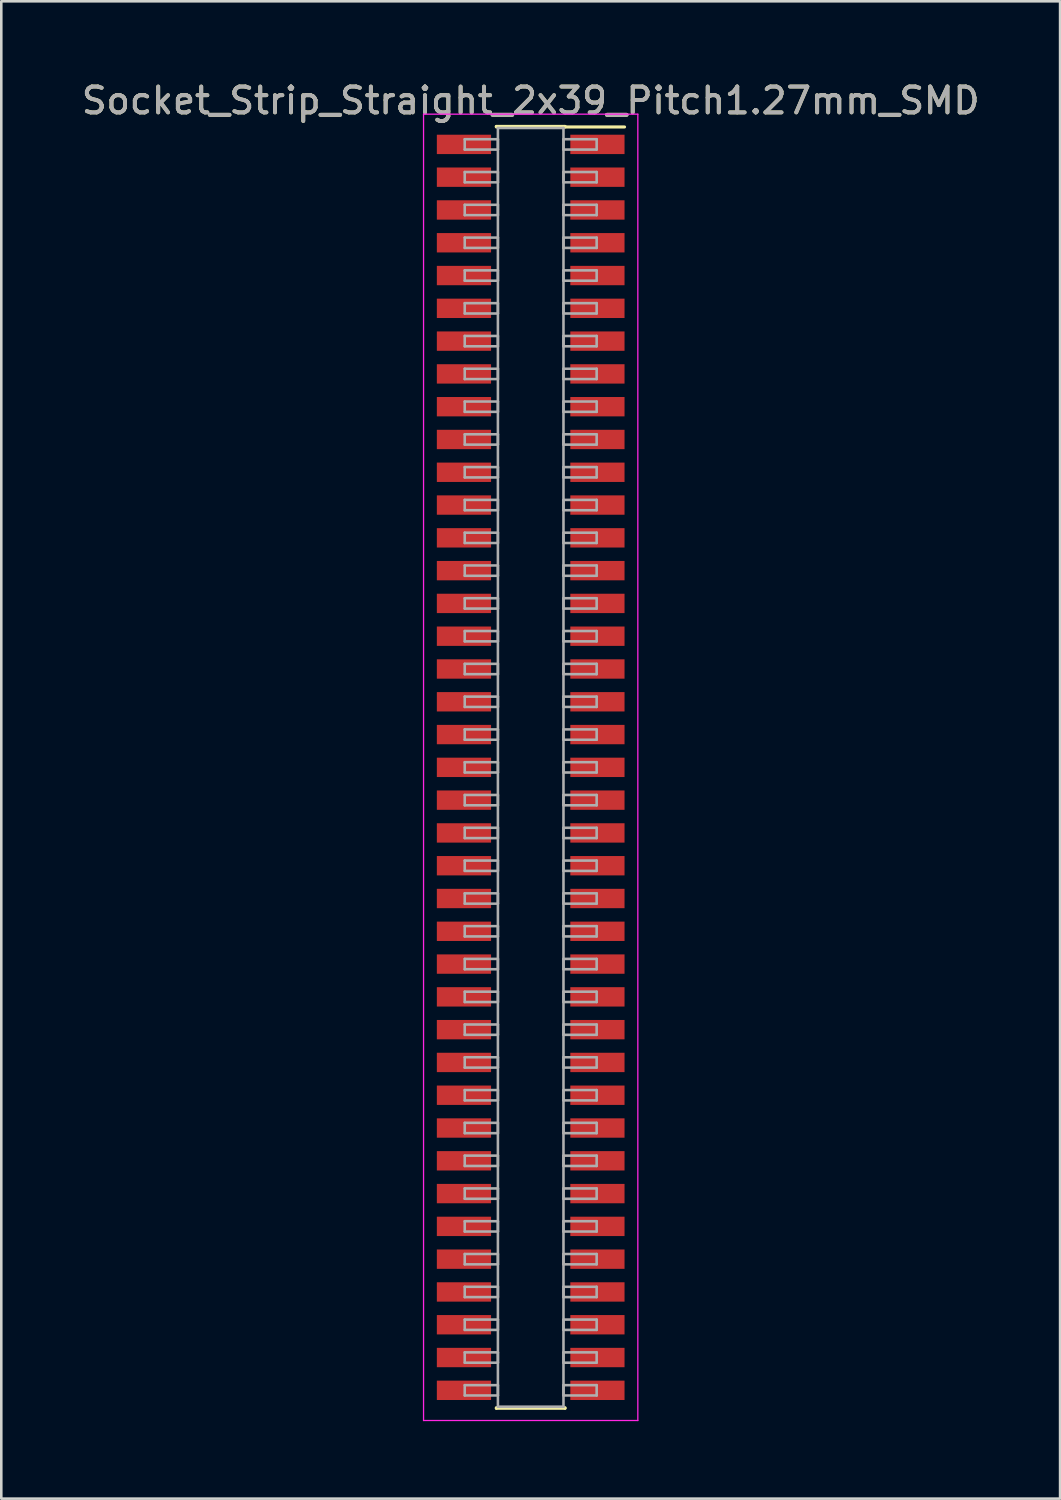
<source format=kicad_pcb>
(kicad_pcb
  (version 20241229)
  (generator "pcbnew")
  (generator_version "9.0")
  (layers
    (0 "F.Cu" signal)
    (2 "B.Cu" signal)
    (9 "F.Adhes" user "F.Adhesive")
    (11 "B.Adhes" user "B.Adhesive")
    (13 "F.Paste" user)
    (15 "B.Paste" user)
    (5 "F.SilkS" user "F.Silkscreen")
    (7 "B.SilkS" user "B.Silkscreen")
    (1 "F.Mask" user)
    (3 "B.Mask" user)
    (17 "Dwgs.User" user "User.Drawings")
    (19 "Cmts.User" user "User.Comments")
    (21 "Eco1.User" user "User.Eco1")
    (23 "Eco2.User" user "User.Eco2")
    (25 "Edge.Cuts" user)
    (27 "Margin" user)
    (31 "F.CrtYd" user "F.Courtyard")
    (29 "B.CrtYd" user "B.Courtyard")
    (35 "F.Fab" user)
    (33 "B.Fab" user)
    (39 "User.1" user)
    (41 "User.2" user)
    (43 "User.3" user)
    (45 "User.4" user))
  (footprint "Socket_Strip_Straight_2x39_Pitch1.27mm_SMD"
    (layer "F.Cu")
    (at 17.506 26.673)
    (property "Reference" "Socket_Strip_Straight_2x39_Pitch1.27mm_SMD" (at 0 -25.825 0) (layer "F.SilkS") (effects (font (size 1 1) (thickness 0.15))))
    (attr smd)
    (fp_line (start -1.33 -24.825) (end 1.33 -24.825) (stroke (width 0.12) (type solid)) (layer "F.SilkS"))
    (fp_line (start -1.33 -24.805) (end -1.33 -24.825) (stroke (width 0.12) (type solid)) (layer "F.SilkS"))
    (fp_line (start -1.33 24.805) (end -1.33 24.825) (stroke (width 0.12) (type solid)) (layer "F.SilkS"))
    (fp_line (start -1.33 24.825) (end 1.33 24.825) (stroke (width 0.12) (type solid)) (layer "F.SilkS"))
    (fp_line (start 1.33 -24.825) (end 1.33 -24.805) (stroke (width 0.12) (type solid)) (layer "F.SilkS"))
    (fp_line (start 1.33 24.825) (end 1.33 24.805) (stroke (width 0.12) (type solid)) (layer "F.SilkS"))
    (fp_line (start 3.635 -24.805) (end 1.33 -24.805) (stroke (width 0.12) (type solid)) (layer "F.SilkS"))
    (fp_line (start -4.15 -25.3) (end -4.15 25.3) (stroke (width 0.05) (type solid)) (layer "F.CrtYd"))
    (fp_line (start -4.15 25.3) (end 4.15 25.3) (stroke (width 0.05) (type solid)) (layer "F.CrtYd"))
    (fp_line (start 4.15 -25.3) (end -4.15 -25.3) (stroke (width 0.05) (type solid)) (layer "F.CrtYd"))
    (fp_line (start 4.15 25.3) (end 4.15 -25.3) (stroke (width 0.05) (type solid)) (layer "F.CrtYd"))
    (fp_line (start -2.555 -24.33) (end -1.27 -24.33) (stroke (width 0.1) (type solid)) (layer "F.Fab"))
    (fp_line (start -2.555 -23.93) (end -2.555 -24.33) (stroke (width 0.1) (type solid)) (layer "F.Fab"))
    (fp_line (start -2.555 -23.06) (end -1.27 -23.06) (stroke (width 0.1) (type solid)) (layer "F.Fab"))
    (fp_line (start -2.555 -22.66) (end -2.555 -23.06) (stroke (width 0.1) (type solid)) (layer "F.Fab"))
    (fp_line (start -2.555 -21.79) (end -1.27 -21.79) (stroke (width 0.1) (type solid)) (layer "F.Fab"))
    (fp_line (start -2.555 -21.39) (end -2.555 -21.79) (stroke (width 0.1) (type solid)) (layer "F.Fab"))
    (fp_line (start -2.555 -20.52) (end -1.27 -20.52) (stroke (width 0.1) (type solid)) (layer "F.Fab"))
    (fp_line (start -2.555 -20.12) (end -2.555 -20.52) (stroke (width 0.1) (type solid)) (layer "F.Fab"))
    (fp_line (start -2.555 -19.25) (end -1.27 -19.25) (stroke (width 0.1) (type solid)) (layer "F.Fab"))
    (fp_line (start -2.555 -18.85) (end -2.555 -19.25) (stroke (width 0.1) (type solid)) (layer "F.Fab"))
    (fp_line (start -2.555 -17.98) (end -1.27 -17.98) (stroke (width 0.1) (type solid)) (layer "F.Fab"))
    (fp_line (start -2.555 -17.58) (end -2.555 -17.98) (stroke (width 0.1) (type solid)) (layer "F.Fab"))
    (fp_line (start -2.555 -16.71) (end -1.27 -16.71) (stroke (width 0.1) (type solid)) (layer "F.Fab"))
    (fp_line (start -2.555 -16.31) (end -2.555 -16.71) (stroke (width 0.1) (type solid)) (layer "F.Fab"))
    (fp_line (start -2.555 -15.44) (end -1.27 -15.44) (stroke (width 0.1) (type solid)) (layer "F.Fab"))
    (fp_line (start -2.555 -15.04) (end -2.555 -15.44) (stroke (width 0.1) (type solid)) (layer "F.Fab"))
    (fp_line (start -2.555 -14.17) (end -1.27 -14.17) (stroke (width 0.1) (type solid)) (layer "F.Fab"))
    (fp_line (start -2.555 -13.77) (end -2.555 -14.17) (stroke (width 0.1) (type solid)) (layer "F.Fab"))
    (fp_line (start -2.555 -12.9) (end -1.27 -12.9) (stroke (width 0.1) (type solid)) (layer "F.Fab"))
    (fp_line (start -2.555 -12.5) (end -2.555 -12.9) (stroke (width 0.1) (type solid)) (layer "F.Fab"))
    (fp_line (start -2.555 -11.63) (end -1.27 -11.63) (stroke (width 0.1) (type solid)) (layer "F.Fab"))
    (fp_line (start -2.555 -11.23) (end -2.555 -11.63) (stroke (width 0.1) (type solid)) (layer "F.Fab"))
    (fp_line (start -2.555 -10.36) (end -1.27 -10.36) (stroke (width 0.1) (type solid)) (layer "F.Fab"))
    (fp_line (start -2.555 -9.96) (end -2.555 -10.36) (stroke (width 0.1) (type solid)) (layer "F.Fab"))
    (fp_line (start -2.555 -9.09) (end -1.27 -9.09) (stroke (width 0.1) (type solid)) (layer "F.Fab"))
    (fp_line (start -2.555 -8.69) (end -2.555 -9.09) (stroke (width 0.1) (type solid)) (layer "F.Fab"))
    (fp_line (start -2.555 -7.82) (end -1.27 -7.82) (stroke (width 0.1) (type solid)) (layer "F.Fab"))
    (fp_line (start -2.555 -7.42) (end -2.555 -7.82) (stroke (width 0.1) (type solid)) (layer "F.Fab"))
    (fp_line (start -2.555 -6.55) (end -1.27 -6.55) (stroke (width 0.1) (type solid)) (layer "F.Fab"))
    (fp_line (start -2.555 -6.15) (end -2.555 -6.55) (stroke (width 0.1) (type solid)) (layer "F.Fab"))
    (fp_line (start -2.555 -5.28) (end -1.27 -5.28) (stroke (width 0.1) (type solid)) (layer "F.Fab"))
    (fp_line (start -2.555 -4.88) (end -2.555 -5.28) (stroke (width 0.1) (type solid)) (layer "F.Fab"))
    (fp_line (start -2.555 -4.01) (end -1.27 -4.01) (stroke (width 0.1) (type solid)) (layer "F.Fab"))
    (fp_line (start -2.555 -3.61) (end -2.555 -4.01) (stroke (width 0.1) (type solid)) (layer "F.Fab"))
    (fp_line (start -2.555 -2.74) (end -1.27 -2.74) (stroke (width 0.1) (type solid)) (layer "F.Fab"))
    (fp_line (start -2.555 -2.34) (end -2.555 -2.74) (stroke (width 0.1) (type solid)) (layer "F.Fab"))
    (fp_line (start -2.555 -1.47) (end -1.27 -1.47) (stroke (width 0.1) (type solid)) (layer "F.Fab"))
    (fp_line (start -2.555 -1.07) (end -2.555 -1.47) (stroke (width 0.1) (type solid)) (layer "F.Fab"))
    (fp_line (start -2.555 -0.2) (end -1.27 -0.2) (stroke (width 0.1) (type solid)) (layer "F.Fab"))
    (fp_line (start -2.555 0.2) (end -2.555 -0.2) (stroke (width 0.1) (type solid)) (layer "F.Fab"))
    (fp_line (start -2.555 1.07) (end -1.27 1.07) (stroke (width 0.1) (type solid)) (layer "F.Fab"))
    (fp_line (start -2.555 1.47) (end -2.555 1.07) (stroke (width 0.1) (type solid)) (layer "F.Fab"))
    (fp_line (start -2.555 2.34) (end -1.27 2.34) (stroke (width 0.1) (type solid)) (layer "F.Fab"))
    (fp_line (start -2.555 2.74) (end -2.555 2.34) (stroke (width 0.1) (type solid)) (layer "F.Fab"))
    (fp_line (start -2.555 3.61) (end -1.27 3.61) (stroke (width 0.1) (type solid)) (layer "F.Fab"))
    (fp_line (start -2.555 4.01) (end -2.555 3.61) (stroke (width 0.1) (type solid)) (layer "F.Fab"))
    (fp_line (start -2.555 4.88) (end -1.27 4.88) (stroke (width 0.1) (type solid)) (layer "F.Fab"))
    (fp_line (start -2.555 5.28) (end -2.555 4.88) (stroke (width 0.1) (type solid)) (layer "F.Fab"))
    (fp_line (start -2.555 6.15) (end -1.27 6.15) (stroke (width 0.1) (type solid)) (layer "F.Fab"))
    (fp_line (start -2.555 6.55) (end -2.555 6.15) (stroke (width 0.1) (type solid)) (layer "F.Fab"))
    (fp_line (start -2.555 7.42) (end -1.27 7.42) (stroke (width 0.1) (type solid)) (layer "F.Fab"))
    (fp_line (start -2.555 7.82) (end -2.555 7.42) (stroke (width 0.1) (type solid)) (layer "F.Fab"))
    (fp_line (start -2.555 8.69) (end -1.27 8.69) (stroke (width 0.1) (type solid)) (layer "F.Fab"))
    (fp_line (start -2.555 9.09) (end -2.555 8.69) (stroke (width 0.1) (type solid)) (layer "F.Fab"))
    (fp_line (start -2.555 9.96) (end -1.27 9.96) (stroke (width 0.1) (type solid)) (layer "F.Fab"))
    (fp_line (start -2.555 10.36) (end -2.555 9.96) (stroke (width 0.1) (type solid)) (layer "F.Fab"))
    (fp_line (start -2.555 11.23) (end -1.27 11.23) (stroke (width 0.1) (type solid)) (layer "F.Fab"))
    (fp_line (start -2.555 11.63) (end -2.555 11.23) (stroke (width 0.1) (type solid)) (layer "F.Fab"))
    (fp_line (start -2.555 12.5) (end -1.27 12.5) (stroke (width 0.1) (type solid)) (layer "F.Fab"))
    (fp_line (start -2.555 12.9) (end -2.555 12.5) (stroke (width 0.1) (type solid)) (layer "F.Fab"))
    (fp_line (start -2.555 13.77) (end -1.27 13.77) (stroke (width 0.1) (type solid)) (layer "F.Fab"))
    (fp_line (start -2.555 14.17) (end -2.555 13.77) (stroke (width 0.1) (type solid)) (layer "F.Fab"))
    (fp_line (start -2.555 15.04) (end -1.27 15.04) (stroke (width 0.1) (type solid)) (layer "F.Fab"))
    (fp_line (start -2.555 15.44) (end -2.555 15.04) (stroke (width 0.1) (type solid)) (layer "F.Fab"))
    (fp_line (start -2.555 16.31) (end -1.27 16.31) (stroke (width 0.1) (type solid)) (layer "F.Fab"))
    (fp_line (start -2.555 16.71) (end -2.555 16.31) (stroke (width 0.1) (type solid)) (layer "F.Fab"))
    (fp_line (start -2.555 17.58) (end -1.27 17.58) (stroke (width 0.1) (type solid)) (layer "F.Fab"))
    (fp_line (start -2.555 17.98) (end -2.555 17.58) (stroke (width 0.1) (type solid)) (layer "F.Fab"))
    (fp_line (start -2.555 18.85) (end -1.27 18.85) (stroke (width 0.1) (type solid)) (layer "F.Fab"))
    (fp_line (start -2.555 19.25) (end -2.555 18.85) (stroke (width 0.1) (type solid)) (layer "F.Fab"))
    (fp_line (start -2.555 20.12) (end -1.27 20.12) (stroke (width 0.1) (type solid)) (layer "F.Fab"))
    (fp_line (start -2.555 20.52) (end -2.555 20.12) (stroke (width 0.1) (type solid)) (layer "F.Fab"))
    (fp_line (start -2.555 21.39) (end -1.27 21.39) (stroke (width 0.1) (type solid)) (layer "F.Fab"))
    (fp_line (start -2.555 21.79) (end -2.555 21.39) (stroke (width 0.1) (type solid)) (layer "F.Fab"))
    (fp_line (start -2.555 22.66) (end -1.27 22.66) (stroke (width 0.1) (type solid)) (layer "F.Fab"))
    (fp_line (start -2.555 23.06) (end -2.555 22.66) (stroke (width 0.1) (type solid)) (layer "F.Fab"))
    (fp_line (start -2.555 23.93) (end -1.27 23.93) (stroke (width 0.1) (type solid)) (layer "F.Fab"))
    (fp_line (start -2.555 24.33) (end -2.555 23.93) (stroke (width 0.1) (type solid)) (layer "F.Fab"))
    (fp_line (start -1.27 -24.765) (end -1.27 24.765) (stroke (width 0.1) (type solid)) (layer "F.Fab"))
    (fp_line (start -1.27 -24.33) (end -1.27 -23.93) (stroke (width 0.1) (type solid)) (layer "F.Fab"))
    (fp_line (start -1.27 -23.93) (end -2.555 -23.93) (stroke (width 0.1) (type solid)) (layer "F.Fab"))
    (fp_line (start -1.27 -23.06) (end -1.27 -22.66) (stroke (width 0.1) (type solid)) (layer "F.Fab"))
    (fp_line (start -1.27 -22.66) (end -2.555 -22.66) (stroke (width 0.1) (type solid)) (layer "F.Fab"))
    (fp_line (start -1.27 -21.79) (end -1.27 -21.39) (stroke (width 0.1) (type solid)) (layer "F.Fab"))
    (fp_line (start -1.27 -21.39) (end -2.555 -21.39) (stroke (width 0.1) (type solid)) (layer "F.Fab"))
    (fp_line (start -1.27 -20.52) (end -1.27 -20.12) (stroke (width 0.1) (type solid)) (layer "F.Fab"))
    (fp_line (start -1.27 -20.12) (end -2.555 -20.12) (stroke (width 0.1) (type solid)) (layer "F.Fab"))
    (fp_line (start -1.27 -19.25) (end -1.27 -18.85) (stroke (width 0.1) (type solid)) (layer "F.Fab"))
    (fp_line (start -1.27 -18.85) (end -2.555 -18.85) (stroke (width 0.1) (type solid)) (layer "F.Fab"))
    (fp_line (start -1.27 -17.98) (end -1.27 -17.58) (stroke (width 0.1) (type solid)) (layer "F.Fab"))
    (fp_line (start -1.27 -17.58) (end -2.555 -17.58) (stroke (width 0.1) (type solid)) (layer "F.Fab"))
    (fp_line (start -1.27 -16.71) (end -1.27 -16.31) (stroke (width 0.1) (type solid)) (layer "F.Fab"))
    (fp_line (start -1.27 -16.31) (end -2.555 -16.31) (stroke (width 0.1) (type solid)) (layer "F.Fab"))
    (fp_line (start -1.27 -15.44) (end -1.27 -15.04) (stroke (width 0.1) (type solid)) (layer "F.Fab"))
    (fp_line (start -1.27 -15.04) (end -2.555 -15.04) (stroke (width 0.1) (type solid)) (layer "F.Fab"))
    (fp_line (start -1.27 -14.17) (end -1.27 -13.77) (stroke (width 0.1) (type solid)) (layer "F.Fab"))
    (fp_line (start -1.27 -13.77) (end -2.555 -13.77) (stroke (width 0.1) (type solid)) (layer "F.Fab"))
    (fp_line (start -1.27 -12.9) (end -1.27 -12.5) (stroke (width 0.1) (type solid)) (layer "F.Fab"))
    (fp_line (start -1.27 -12.5) (end -2.555 -12.5) (stroke (width 0.1) (type solid)) (layer "F.Fab"))
    (fp_line (start -1.27 -11.63) (end -1.27 -11.23) (stroke (width 0.1) (type solid)) (layer "F.Fab"))
    (fp_line (start -1.27 -11.23) (end -2.555 -11.23) (stroke (width 0.1) (type solid)) (layer "F.Fab"))
    (fp_line (start -1.27 -10.36) (end -1.27 -9.96) (stroke (width 0.1) (type solid)) (layer "F.Fab"))
    (fp_line (start -1.27 -9.96) (end -2.555 -9.96) (stroke (width 0.1) (type solid)) (layer "F.Fab"))
    (fp_line (start -1.27 -9.09) (end -1.27 -8.69) (stroke (width 0.1) (type solid)) (layer "F.Fab"))
    (fp_line (start -1.27 -8.69) (end -2.555 -8.69) (stroke (width 0.1) (type solid)) (layer "F.Fab"))
    (fp_line (start -1.27 -7.82) (end -1.27 -7.42) (stroke (width 0.1) (type solid)) (layer "F.Fab"))
    (fp_line (start -1.27 -7.42) (end -2.555 -7.42) (stroke (width 0.1) (type solid)) (layer "F.Fab"))
    (fp_line (start -1.27 -6.55) (end -1.27 -6.15) (stroke (width 0.1) (type solid)) (layer "F.Fab"))
    (fp_line (start -1.27 -6.15) (end -2.555 -6.15) (stroke (width 0.1) (type solid)) (layer "F.Fab"))
    (fp_line (start -1.27 -5.28) (end -1.27 -4.88) (stroke (width 0.1) (type solid)) (layer "F.Fab"))
    (fp_line (start -1.27 -4.88) (end -2.555 -4.88) (stroke (width 0.1) (type solid)) (layer "F.Fab"))
    (fp_line (start -1.27 -4.01) (end -1.27 -3.61) (stroke (width 0.1) (type solid)) (layer "F.Fab"))
    (fp_line (start -1.27 -3.61) (end -2.555 -3.61) (stroke (width 0.1) (type solid)) (layer "F.Fab"))
    (fp_line (start -1.27 -2.74) (end -1.27 -2.34) (stroke (width 0.1) (type solid)) (layer "F.Fab"))
    (fp_line (start -1.27 -2.34) (end -2.555 -2.34) (stroke (width 0.1) (type solid)) (layer "F.Fab"))
    (fp_line (start -1.27 -1.47) (end -1.27 -1.07) (stroke (width 0.1) (type solid)) (layer "F.Fab"))
    (fp_line (start -1.27 -1.07) (end -2.555 -1.07) (stroke (width 0.1) (type solid)) (layer "F.Fab"))
    (fp_line (start -1.27 -0.2) (end -1.27 0.2) (stroke (width 0.1) (type solid)) (layer "F.Fab"))
    (fp_line (start -1.27 0.2) (end -2.555 0.2) (stroke (width 0.1) (type solid)) (layer "F.Fab"))
    (fp_line (start -1.27 1.07) (end -1.27 1.47) (stroke (width 0.1) (type solid)) (layer "F.Fab"))
    (fp_line (start -1.27 1.47) (end -2.555 1.47) (stroke (width 0.1) (type solid)) (layer "F.Fab"))
    (fp_line (start -1.27 2.34) (end -1.27 2.74) (stroke (width 0.1) (type solid)) (layer "F.Fab"))
    (fp_line (start -1.27 2.74) (end -2.555 2.74) (stroke (width 0.1) (type solid)) (layer "F.Fab"))
    (fp_line (start -1.27 3.61) (end -1.27 4.01) (stroke (width 0.1) (type solid)) (layer "F.Fab"))
    (fp_line (start -1.27 4.01) (end -2.555 4.01) (stroke (width 0.1) (type solid)) (layer "F.Fab"))
    (fp_line (start -1.27 4.88) (end -1.27 5.28) (stroke (width 0.1) (type solid)) (layer "F.Fab"))
    (fp_line (start -1.27 5.28) (end -2.555 5.28) (stroke (width 0.1) (type solid)) (layer "F.Fab"))
    (fp_line (start -1.27 6.15) (end -1.27 6.55) (stroke (width 0.1) (type solid)) (layer "F.Fab"))
    (fp_line (start -1.27 6.55) (end -2.555 6.55) (stroke (width 0.1) (type solid)) (layer "F.Fab"))
    (fp_line (start -1.27 7.42) (end -1.27 7.82) (stroke (width 0.1) (type solid)) (layer "F.Fab"))
    (fp_line (start -1.27 7.82) (end -2.555 7.82) (stroke (width 0.1) (type solid)) (layer "F.Fab"))
    (fp_line (start -1.27 8.69) (end -1.27 9.09) (stroke (width 0.1) (type solid)) (layer "F.Fab"))
    (fp_line (start -1.27 9.09) (end -2.555 9.09) (stroke (width 0.1) (type solid)) (layer "F.Fab"))
    (fp_line (start -1.27 9.96) (end -1.27 10.36) (stroke (width 0.1) (type solid)) (layer "F.Fab"))
    (fp_line (start -1.27 10.36) (end -2.555 10.36) (stroke (width 0.1) (type solid)) (layer "F.Fab"))
    (fp_line (start -1.27 11.23) (end -1.27 11.63) (stroke (width 0.1) (type solid)) (layer "F.Fab"))
    (fp_line (start -1.27 11.63) (end -2.555 11.63) (stroke (width 0.1) (type solid)) (layer "F.Fab"))
    (fp_line (start -1.27 12.5) (end -1.27 12.9) (stroke (width 0.1) (type solid)) (layer "F.Fab"))
    (fp_line (start -1.27 12.9) (end -2.555 12.9) (stroke (width 0.1) (type solid)) (layer "F.Fab"))
    (fp_line (start -1.27 13.77) (end -1.27 14.17) (stroke (width 0.1) (type solid)) (layer "F.Fab"))
    (fp_line (start -1.27 14.17) (end -2.555 14.17) (stroke (width 0.1) (type solid)) (layer "F.Fab"))
    (fp_line (start -1.27 15.04) (end -1.27 15.44) (stroke (width 0.1) (type solid)) (layer "F.Fab"))
    (fp_line (start -1.27 15.44) (end -2.555 15.44) (stroke (width 0.1) (type solid)) (layer "F.Fab"))
    (fp_line (start -1.27 16.31) (end -1.27 16.71) (stroke (width 0.1) (type solid)) (layer "F.Fab"))
    (fp_line (start -1.27 16.71) (end -2.555 16.71) (stroke (width 0.1) (type solid)) (layer "F.Fab"))
    (fp_line (start -1.27 17.58) (end -1.27 17.98) (stroke (width 0.1) (type solid)) (layer "F.Fab"))
    (fp_line (start -1.27 17.98) (end -2.555 17.98) (stroke (width 0.1) (type solid)) (layer "F.Fab"))
    (fp_line (start -1.27 18.85) (end -1.27 19.25) (stroke (width 0.1) (type solid)) (layer "F.Fab"))
    (fp_line (start -1.27 19.25) (end -2.555 19.25) (stroke (width 0.1) (type solid)) (layer "F.Fab"))
    (fp_line (start -1.27 20.12) (end -1.27 20.52) (stroke (width 0.1) (type solid)) (layer "F.Fab"))
    (fp_line (start -1.27 20.52) (end -2.555 20.52) (stroke (width 0.1) (type solid)) (layer "F.Fab"))
    (fp_line (start -1.27 21.39) (end -1.27 21.79) (stroke (width 0.1) (type solid)) (layer "F.Fab"))
    (fp_line (start -1.27 21.79) (end -2.555 21.79) (stroke (width 0.1) (type solid)) (layer "F.Fab"))
    (fp_line (start -1.27 22.66) (end -1.27 23.06) (stroke (width 0.1) (type solid)) (layer "F.Fab"))
    (fp_line (start -1.27 23.06) (end -2.555 23.06) (stroke (width 0.1) (type solid)) (layer "F.Fab"))
    (fp_line (start -1.27 23.93) (end -1.27 24.33) (stroke (width 0.1) (type solid)) (layer "F.Fab"))
    (fp_line (start -1.27 24.33) (end -2.555 24.33) (stroke (width 0.1) (type solid)) (layer "F.Fab"))
    (fp_line (start -1.27 24.765) (end 1.27 24.765) (stroke (width 0.1) (type solid)) (layer "F.Fab"))
    (fp_line (start 1.27 -24.765) (end -1.27 -24.765) (stroke (width 0.1) (type solid)) (layer "F.Fab"))
    (fp_line (start 1.27 -24.33) (end 1.27 -23.93) (stroke (width 0.1) (type solid)) (layer "F.Fab"))
    (fp_line (start 1.27 -23.93) (end 2.555 -23.93) (stroke (width 0.1) (type solid)) (layer "F.Fab"))
    (fp_line (start 1.27 -23.06) (end 1.27 -22.66) (stroke (width 0.1) (type solid)) (layer "F.Fab"))
    (fp_line (start 1.27 -22.66) (end 2.555 -22.66) (stroke (width 0.1) (type solid)) (layer "F.Fab"))
    (fp_line (start 1.27 -21.79) (end 1.27 -21.39) (stroke (width 0.1) (type solid)) (layer "F.Fab"))
    (fp_line (start 1.27 -21.39) (end 2.555 -21.39) (stroke (width 0.1) (type solid)) (layer "F.Fab"))
    (fp_line (start 1.27 -20.52) (end 1.27 -20.12) (stroke (width 0.1) (type solid)) (layer "F.Fab"))
    (fp_line (start 1.27 -20.12) (end 2.555 -20.12) (stroke (width 0.1) (type solid)) (layer "F.Fab"))
    (fp_line (start 1.27 -19.25) (end 1.27 -18.85) (stroke (width 0.1) (type solid)) (layer "F.Fab"))
    (fp_line (start 1.27 -18.85) (end 2.555 -18.85) (stroke (width 0.1) (type solid)) (layer "F.Fab"))
    (fp_line (start 1.27 -17.98) (end 1.27 -17.58) (stroke (width 0.1) (type solid)) (layer "F.Fab"))
    (fp_line (start 1.27 -17.58) (end 2.555 -17.58) (stroke (width 0.1) (type solid)) (layer "F.Fab"))
    (fp_line (start 1.27 -16.71) (end 1.27 -16.31) (stroke (width 0.1) (type solid)) (layer "F.Fab"))
    (fp_line (start 1.27 -16.31) (end 2.555 -16.31) (stroke (width 0.1) (type solid)) (layer "F.Fab"))
    (fp_line (start 1.27 -15.44) (end 1.27 -15.04) (stroke (width 0.1) (type solid)) (layer "F.Fab"))
    (fp_line (start 1.27 -15.04) (end 2.555 -15.04) (stroke (width 0.1) (type solid)) (layer "F.Fab"))
    (fp_line (start 1.27 -14.17) (end 1.27 -13.77) (stroke (width 0.1) (type solid)) (layer "F.Fab"))
    (fp_line (start 1.27 -13.77) (end 2.555 -13.77) (stroke (width 0.1) (type solid)) (layer "F.Fab"))
    (fp_line (start 1.27 -12.9) (end 1.27 -12.5) (stroke (width 0.1) (type solid)) (layer "F.Fab"))
    (fp_line (start 1.27 -12.5) (end 2.555 -12.5) (stroke (width 0.1) (type solid)) (layer "F.Fab"))
    (fp_line (start 1.27 -11.63) (end 1.27 -11.23) (stroke (width 0.1) (type solid)) (layer "F.Fab"))
    (fp_line (start 1.27 -11.23) (end 2.555 -11.23) (stroke (width 0.1) (type solid)) (layer "F.Fab"))
    (fp_line (start 1.27 -10.36) (end 1.27 -9.96) (stroke (width 0.1) (type solid)) (layer "F.Fab"))
    (fp_line (start 1.27 -9.96) (end 2.555 -9.96) (stroke (width 0.1) (type solid)) (layer "F.Fab"))
    (fp_line (start 1.27 -9.09) (end 1.27 -8.69) (stroke (width 0.1) (type solid)) (layer "F.Fab"))
    (fp_line (start 1.27 -8.69) (end 2.555 -8.69) (stroke (width 0.1) (type solid)) (layer "F.Fab"))
    (fp_line (start 1.27 -7.82) (end 1.27 -7.42) (stroke (width 0.1) (type solid)) (layer "F.Fab"))
    (fp_line (start 1.27 -7.42) (end 2.555 -7.42) (stroke (width 0.1) (type solid)) (layer "F.Fab"))
    (fp_line (start 1.27 -6.55) (end 1.27 -6.15) (stroke (width 0.1) (type solid)) (layer "F.Fab"))
    (fp_line (start 1.27 -6.15) (end 2.555 -6.15) (stroke (width 0.1) (type solid)) (layer "F.Fab"))
    (fp_line (start 1.27 -5.28) (end 1.27 -4.88) (stroke (width 0.1) (type solid)) (layer "F.Fab"))
    (fp_line (start 1.27 -4.88) (end 2.555 -4.88) (stroke (width 0.1) (type solid)) (layer "F.Fab"))
    (fp_line (start 1.27 -4.01) (end 1.27 -3.61) (stroke (width 0.1) (type solid)) (layer "F.Fab"))
    (fp_line (start 1.27 -3.61) (end 2.555 -3.61) (stroke (width 0.1) (type solid)) (layer "F.Fab"))
    (fp_line (start 1.27 -2.74) (end 1.27 -2.34) (stroke (width 0.1) (type solid)) (layer "F.Fab"))
    (fp_line (start 1.27 -2.34) (end 2.555 -2.34) (stroke (width 0.1) (type solid)) (layer "F.Fab"))
    (fp_line (start 1.27 -1.47) (end 1.27 -1.07) (stroke (width 0.1) (type solid)) (layer "F.Fab"))
    (fp_line (start 1.27 -1.07) (end 2.555 -1.07) (stroke (width 0.1) (type solid)) (layer "F.Fab"))
    (fp_line (start 1.27 -0.2) (end 1.27 0.2) (stroke (width 0.1) (type solid)) (layer "F.Fab"))
    (fp_line (start 1.27 0.2) (end 2.555 0.2) (stroke (width 0.1) (type solid)) (layer "F.Fab"))
    (fp_line (start 1.27 1.07) (end 1.27 1.47) (stroke (width 0.1) (type solid)) (layer "F.Fab"))
    (fp_line (start 1.27 1.47) (end 2.555 1.47) (stroke (width 0.1) (type solid)) (layer "F.Fab"))
    (fp_line (start 1.27 2.34) (end 1.27 2.74) (stroke (width 0.1) (type solid)) (layer "F.Fab"))
    (fp_line (start 1.27 2.74) (end 2.555 2.74) (stroke (width 0.1) (type solid)) (layer "F.Fab"))
    (fp_line (start 1.27 3.61) (end 1.27 4.01) (stroke (width 0.1) (type solid)) (layer "F.Fab"))
    (fp_line (start 1.27 4.01) (end 2.555 4.01) (stroke (width 0.1) (type solid)) (layer "F.Fab"))
    (fp_line (start 1.27 4.88) (end 1.27 5.28) (stroke (width 0.1) (type solid)) (layer "F.Fab"))
    (fp_line (start 1.27 5.28) (end 2.555 5.28) (stroke (width 0.1) (type solid)) (layer "F.Fab"))
    (fp_line (start 1.27 6.15) (end 1.27 6.55) (stroke (width 0.1) (type solid)) (layer "F.Fab"))
    (fp_line (start 1.27 6.55) (end 2.555 6.55) (stroke (width 0.1) (type solid)) (layer "F.Fab"))
    (fp_line (start 1.27 7.42) (end 1.27 7.82) (stroke (width 0.1) (type solid)) (layer "F.Fab"))
    (fp_line (start 1.27 7.82) (end 2.555 7.82) (stroke (width 0.1) (type solid)) (layer "F.Fab"))
    (fp_line (start 1.27 8.69) (end 1.27 9.09) (stroke (width 0.1) (type solid)) (layer "F.Fab"))
    (fp_line (start 1.27 9.09) (end 2.555 9.09) (stroke (width 0.1) (type solid)) (layer "F.Fab"))
    (fp_line (start 1.27 9.96) (end 1.27 10.36) (stroke (width 0.1) (type solid)) (layer "F.Fab"))
    (fp_line (start 1.27 10.36) (end 2.555 10.36) (stroke (width 0.1) (type solid)) (layer "F.Fab"))
    (fp_line (start 1.27 11.23) (end 1.27 11.63) (stroke (width 0.1) (type solid)) (layer "F.Fab"))
    (fp_line (start 1.27 11.63) (end 2.555 11.63) (stroke (width 0.1) (type solid)) (layer "F.Fab"))
    (fp_line (start 1.27 12.5) (end 1.27 12.9) (stroke (width 0.1) (type solid)) (layer "F.Fab"))
    (fp_line (start 1.27 12.9) (end 2.555 12.9) (stroke (width 0.1) (type solid)) (layer "F.Fab"))
    (fp_line (start 1.27 13.77) (end 1.27 14.17) (stroke (width 0.1) (type solid)) (layer "F.Fab"))
    (fp_line (start 1.27 14.17) (end 2.555 14.17) (stroke (width 0.1) (type solid)) (layer "F.Fab"))
    (fp_line (start 1.27 15.04) (end 1.27 15.44) (stroke (width 0.1) (type solid)) (layer "F.Fab"))
    (fp_line (start 1.27 15.44) (end 2.555 15.44) (stroke (width 0.1) (type solid)) (layer "F.Fab"))
    (fp_line (start 1.27 16.31) (end 1.27 16.71) (stroke (width 0.1) (type solid)) (layer "F.Fab"))
    (fp_line (start 1.27 16.71) (end 2.555 16.71) (stroke (width 0.1) (type solid)) (layer "F.Fab"))
    (fp_line (start 1.27 17.58) (end 1.27 17.98) (stroke (width 0.1) (type solid)) (layer "F.Fab"))
    (fp_line (start 1.27 17.98) (end 2.555 17.98) (stroke (width 0.1) (type solid)) (layer "F.Fab"))
    (fp_line (start 1.27 18.85) (end 1.27 19.25) (stroke (width 0.1) (type solid)) (layer "F.Fab"))
    (fp_line (start 1.27 19.25) (end 2.555 19.25) (stroke (width 0.1) (type solid)) (layer "F.Fab"))
    (fp_line (start 1.27 20.12) (end 1.27 20.52) (stroke (width 0.1) (type solid)) (layer "F.Fab"))
    (fp_line (start 1.27 20.52) (end 2.555 20.52) (stroke (width 0.1) (type solid)) (layer "F.Fab"))
    (fp_line (start 1.27 21.39) (end 1.27 21.79) (stroke (width 0.1) (type solid)) (layer "F.Fab"))
    (fp_line (start 1.27 21.79) (end 2.555 21.79) (stroke (width 0.1) (type solid)) (layer "F.Fab"))
    (fp_line (start 1.27 22.66) (end 1.27 23.06) (stroke (width 0.1) (type solid)) (layer "F.Fab"))
    (fp_line (start 1.27 23.06) (end 2.555 23.06) (stroke (width 0.1) (type solid)) (layer "F.Fab"))
    (fp_line (start 1.27 23.93) (end 1.27 24.33) (stroke (width 0.1) (type solid)) (layer "F.Fab"))
    (fp_line (start 1.27 24.33) (end 2.555 24.33) (stroke (width 0.1) (type solid)) (layer "F.Fab"))
    (fp_line (start 1.27 24.765) (end 1.27 -24.765) (stroke (width 0.1) (type solid)) (layer "F.Fab"))
    (fp_line (start 2.555 -24.33) (end 1.27 -24.33) (stroke (width 0.1) (type solid)) (layer "F.Fab"))
    (fp_line (start 2.555 -23.93) (end 2.555 -24.33) (stroke (width 0.1) (type solid)) (layer "F.Fab"))
    (fp_line (start 2.555 -23.06) (end 1.27 -23.06) (stroke (width 0.1) (type solid)) (layer "F.Fab"))
    (fp_line (start 2.555 -22.66) (end 2.555 -23.06) (stroke (width 0.1) (type solid)) (layer "F.Fab"))
    (fp_line (start 2.555 -21.79) (end 1.27 -21.79) (stroke (width 0.1) (type solid)) (layer "F.Fab"))
    (fp_line (start 2.555 -21.39) (end 2.555 -21.79) (stroke (width 0.1) (type solid)) (layer "F.Fab"))
    (fp_line (start 2.555 -20.52) (end 1.27 -20.52) (stroke (width 0.1) (type solid)) (layer "F.Fab"))
    (fp_line (start 2.555 -20.12) (end 2.555 -20.52) (stroke (width 0.1) (type solid)) (layer "F.Fab"))
    (fp_line (start 2.555 -19.25) (end 1.27 -19.25) (stroke (width 0.1) (type solid)) (layer "F.Fab"))
    (fp_line (start 2.555 -18.85) (end 2.555 -19.25) (stroke (width 0.1) (type solid)) (layer "F.Fab"))
    (fp_line (start 2.555 -17.98) (end 1.27 -17.98) (stroke (width 0.1) (type solid)) (layer "F.Fab"))
    (fp_line (start 2.555 -17.58) (end 2.555 -17.98) (stroke (width 0.1) (type solid)) (layer "F.Fab"))
    (fp_line (start 2.555 -16.71) (end 1.27 -16.71) (stroke (width 0.1) (type solid)) (layer "F.Fab"))
    (fp_line (start 2.555 -16.31) (end 2.555 -16.71) (stroke (width 0.1) (type solid)) (layer "F.Fab"))
    (fp_line (start 2.555 -15.44) (end 1.27 -15.44) (stroke (width 0.1) (type solid)) (layer "F.Fab"))
    (fp_line (start 2.555 -15.04) (end 2.555 -15.44) (stroke (width 0.1) (type solid)) (layer "F.Fab"))
    (fp_line (start 2.555 -14.17) (end 1.27 -14.17) (stroke (width 0.1) (type solid)) (layer "F.Fab"))
    (fp_line (start 2.555 -13.77) (end 2.555 -14.17) (stroke (width 0.1) (type solid)) (layer "F.Fab"))
    (fp_line (start 2.555 -12.9) (end 1.27 -12.9) (stroke (width 0.1) (type solid)) (layer "F.Fab"))
    (fp_line (start 2.555 -12.5) (end 2.555 -12.9) (stroke (width 0.1) (type solid)) (layer "F.Fab"))
    (fp_line (start 2.555 -11.63) (end 1.27 -11.63) (stroke (width 0.1) (type solid)) (layer "F.Fab"))
    (fp_line (start 2.555 -11.23) (end 2.555 -11.63) (stroke (width 0.1) (type solid)) (layer "F.Fab"))
    (fp_line (start 2.555 -10.36) (end 1.27 -10.36) (stroke (width 0.1) (type solid)) (layer "F.Fab"))
    (fp_line (start 2.555 -9.96) (end 2.555 -10.36) (stroke (width 0.1) (type solid)) (layer "F.Fab"))
    (fp_line (start 2.555 -9.09) (end 1.27 -9.09) (stroke (width 0.1) (type solid)) (layer "F.Fab"))
    (fp_line (start 2.555 -8.69) (end 2.555 -9.09) (stroke (width 0.1) (type solid)) (layer "F.Fab"))
    (fp_line (start 2.555 -7.82) (end 1.27 -7.82) (stroke (width 0.1) (type solid)) (layer "F.Fab"))
    (fp_line (start 2.555 -7.42) (end 2.555 -7.82) (stroke (width 0.1) (type solid)) (layer "F.Fab"))
    (fp_line (start 2.555 -6.55) (end 1.27 -6.55) (stroke (width 0.1) (type solid)) (layer "F.Fab"))
    (fp_line (start 2.555 -6.15) (end 2.555 -6.55) (stroke (width 0.1) (type solid)) (layer "F.Fab"))
    (fp_line (start 2.555 -5.28) (end 1.27 -5.28) (stroke (width 0.1) (type solid)) (layer "F.Fab"))
    (fp_line (start 2.555 -4.88) (end 2.555 -5.28) (stroke (width 0.1) (type solid)) (layer "F.Fab"))
    (fp_line (start 2.555 -4.01) (end 1.27 -4.01) (stroke (width 0.1) (type solid)) (layer "F.Fab"))
    (fp_line (start 2.555 -3.61) (end 2.555 -4.01) (stroke (width 0.1) (type solid)) (layer "F.Fab"))
    (fp_line (start 2.555 -2.74) (end 1.27 -2.74) (stroke (width 0.1) (type solid)) (layer "F.Fab"))
    (fp_line (start 2.555 -2.34) (end 2.555 -2.74) (stroke (width 0.1) (type solid)) (layer "F.Fab"))
    (fp_line (start 2.555 -1.47) (end 1.27 -1.47) (stroke (width 0.1) (type solid)) (layer "F.Fab"))
    (fp_line (start 2.555 -1.07) (end 2.555 -1.47) (stroke (width 0.1) (type solid)) (layer "F.Fab"))
    (fp_line (start 2.555 -0.2) (end 1.27 -0.2) (stroke (width 0.1) (type solid)) (layer "F.Fab"))
    (fp_line (start 2.555 0.2) (end 2.555 -0.2) (stroke (width 0.1) (type solid)) (layer "F.Fab"))
    (fp_line (start 2.555 1.07) (end 1.27 1.07) (stroke (width 0.1) (type solid)) (layer "F.Fab"))
    (fp_line (start 2.555 1.47) (end 2.555 1.07) (stroke (width 0.1) (type solid)) (layer "F.Fab"))
    (fp_line (start 2.555 2.34) (end 1.27 2.34) (stroke (width 0.1) (type solid)) (layer "F.Fab"))
    (fp_line (start 2.555 2.74) (end 2.555 2.34) (stroke (width 0.1) (type solid)) (layer "F.Fab"))
    (fp_line (start 2.555 3.61) (end 1.27 3.61) (stroke (width 0.1) (type solid)) (layer "F.Fab"))
    (fp_line (start 2.555 4.01) (end 2.555 3.61) (stroke (width 0.1) (type solid)) (layer "F.Fab"))
    (fp_line (start 2.555 4.88) (end 1.27 4.88) (stroke (width 0.1) (type solid)) (layer "F.Fab"))
    (fp_line (start 2.555 5.28) (end 2.555 4.88) (stroke (width 0.1) (type solid)) (layer "F.Fab"))
    (fp_line (start 2.555 6.15) (end 1.27 6.15) (stroke (width 0.1) (type solid)) (layer "F.Fab"))
    (fp_line (start 2.555 6.55) (end 2.555 6.15) (stroke (width 0.1) (type solid)) (layer "F.Fab"))
    (fp_line (start 2.555 7.42) (end 1.27 7.42) (stroke (width 0.1) (type solid)) (layer "F.Fab"))
    (fp_line (start 2.555 7.82) (end 2.555 7.42) (stroke (width 0.1) (type solid)) (layer "F.Fab"))
    (fp_line (start 2.555 8.69) (end 1.27 8.69) (stroke (width 0.1) (type solid)) (layer "F.Fab"))
    (fp_line (start 2.555 9.09) (end 2.555 8.69) (stroke (width 0.1) (type solid)) (layer "F.Fab"))
    (fp_line (start 2.555 9.96) (end 1.27 9.96) (stroke (width 0.1) (type solid)) (layer "F.Fab"))
    (fp_line (start 2.555 10.36) (end 2.555 9.96) (stroke (width 0.1) (type solid)) (layer "F.Fab"))
    (fp_line (start 2.555 11.23) (end 1.27 11.23) (stroke (width 0.1) (type solid)) (layer "F.Fab"))
    (fp_line (start 2.555 11.63) (end 2.555 11.23) (stroke (width 0.1) (type solid)) (layer "F.Fab"))
    (fp_line (start 2.555 12.5) (end 1.27 12.5) (stroke (width 0.1) (type solid)) (layer "F.Fab"))
    (fp_line (start 2.555 12.9) (end 2.555 12.5) (stroke (width 0.1) (type solid)) (layer "F.Fab"))
    (fp_line (start 2.555 13.77) (end 1.27 13.77) (stroke (width 0.1) (type solid)) (layer "F.Fab"))
    (fp_line (start 2.555 14.17) (end 2.555 13.77) (stroke (width 0.1) (type solid)) (layer "F.Fab"))
    (fp_line (start 2.555 15.04) (end 1.27 15.04) (stroke (width 0.1) (type solid)) (layer "F.Fab"))
    (fp_line (start 2.555 15.44) (end 2.555 15.04) (stroke (width 0.1) (type solid)) (layer "F.Fab"))
    (fp_line (start 2.555 16.31) (end 1.27 16.31) (stroke (width 0.1) (type solid)) (layer "F.Fab"))
    (fp_line (start 2.555 16.71) (end 2.555 16.31) (stroke (width 0.1) (type solid)) (layer "F.Fab"))
    (fp_line (start 2.555 17.58) (end 1.27 17.58) (stroke (width 0.1) (type solid)) (layer "F.Fab"))
    (fp_line (start 2.555 17.98) (end 2.555 17.58) (stroke (width 0.1) (type solid)) (layer "F.Fab"))
    (fp_line (start 2.555 18.85) (end 1.27 18.85) (stroke (width 0.1) (type solid)) (layer "F.Fab"))
    (fp_line (start 2.555 19.25) (end 2.555 18.85) (stroke (width 0.1) (type solid)) (layer "F.Fab"))
    (fp_line (start 2.555 20.12) (end 1.27 20.12) (stroke (width 0.1) (type solid)) (layer "F.Fab"))
    (fp_line (start 2.555 20.52) (end 2.555 20.12) (stroke (width 0.1) (type solid)) (layer "F.Fab"))
    (fp_line (start 2.555 21.39) (end 1.27 21.39) (stroke (width 0.1) (type solid)) (layer "F.Fab"))
    (fp_line (start 2.555 21.79) (end 2.555 21.39) (stroke (width 0.1) (type solid)) (layer "F.Fab"))
    (fp_line (start 2.555 22.66) (end 1.27 22.66) (stroke (width 0.1) (type solid)) (layer "F.Fab"))
    (fp_line (start 2.555 23.06) (end 2.555 22.66) (stroke (width 0.1) (type solid)) (layer "F.Fab"))
    (fp_line (start 2.555 23.93) (end 1.27 23.93) (stroke (width 0.1) (type solid)) (layer "F.Fab"))
    (fp_line (start 2.555 24.33) (end 2.555 23.93) (stroke (width 0.1) (type solid)) (layer "F.Fab"))
    (fp_text user "${REFERENCE}" (at 0 -25.825 0) (layer "F.Fab") (effects (font (size 1 1) (thickness 0.15))))
    (pad "1" smd rect (at 2.585 -24.13) (size 2.1 0.75) (layers "F.Cu" "F.Mask" "F.Paste"))
    (pad "2" smd rect (at -2.585 -24.13) (size 2.1 0.75) (layers "F.Cu" "F.Mask" "F.Paste"))
    (pad "3" smd rect (at 2.585 -22.86) (size 2.1 0.75) (layers "F.Cu" "F.Mask" "F.Paste"))
    (pad "4" smd rect (at -2.585 -22.86) (size 2.1 0.75) (layers "F.Cu" "F.Mask" "F.Paste"))
    (pad "5" smd rect (at 2.585 -21.59) (size 2.1 0.75) (layers "F.Cu" "F.Mask" "F.Paste"))
    (pad "6" smd rect (at -2.585 -21.59) (size 2.1 0.75) (layers "F.Cu" "F.Mask" "F.Paste"))
    (pad "7" smd rect (at 2.585 -20.32) (size 2.1 0.75) (layers "F.Cu" "F.Mask" "F.Paste"))
    (pad "8" smd rect (at -2.585 -20.32) (size 2.1 0.75) (layers "F.Cu" "F.Mask" "F.Paste"))
    (pad "9" smd rect (at 2.585 -19.05) (size 2.1 0.75) (layers "F.Cu" "F.Mask" "F.Paste"))
    (pad "10" smd rect (at -2.585 -19.05) (size 2.1 0.75) (layers "F.Cu" "F.Mask" "F.Paste"))
    (pad "11" smd rect (at 2.585 -17.78) (size 2.1 0.75) (layers "F.Cu" "F.Mask" "F.Paste"))
    (pad "12" smd rect (at -2.585 -17.78) (size 2.1 0.75) (layers "F.Cu" "F.Mask" "F.Paste"))
    (pad "13" smd rect (at 2.585 -16.51) (size 2.1 0.75) (layers "F.Cu" "F.Mask" "F.Paste"))
    (pad "14" smd rect (at -2.585 -16.51) (size 2.1 0.75) (layers "F.Cu" "F.Mask" "F.Paste"))
    (pad "15" smd rect (at 2.585 -15.24) (size 2.1 0.75) (layers "F.Cu" "F.Mask" "F.Paste"))
    (pad "16" smd rect (at -2.585 -15.24) (size 2.1 0.75) (layers "F.Cu" "F.Mask" "F.Paste"))
    (pad "17" smd rect (at 2.585 -13.97) (size 2.1 0.75) (layers "F.Cu" "F.Mask" "F.Paste"))
    (pad "18" smd rect (at -2.585 -13.97) (size 2.1 0.75) (layers "F.Cu" "F.Mask" "F.Paste"))
    (pad "19" smd rect (at 2.585 -12.7) (size 2.1 0.75) (layers "F.Cu" "F.Mask" "F.Paste"))
    (pad "20" smd rect (at -2.585 -12.7) (size 2.1 0.75) (layers "F.Cu" "F.Mask" "F.Paste"))
    (pad "21" smd rect (at 2.585 -11.43) (size 2.1 0.75) (layers "F.Cu" "F.Mask" "F.Paste"))
    (pad "22" smd rect (at -2.585 -11.43) (size 2.1 0.75) (layers "F.Cu" "F.Mask" "F.Paste"))
    (pad "23" smd rect (at 2.585 -10.16) (size 2.1 0.75) (layers "F.Cu" "F.Mask" "F.Paste"))
    (pad "24" smd rect (at -2.585 -10.16) (size 2.1 0.75) (layers "F.Cu" "F.Mask" "F.Paste"))
    (pad "25" smd rect (at 2.585 -8.89) (size 2.1 0.75) (layers "F.Cu" "F.Mask" "F.Paste"))
    (pad "26" smd rect (at -2.585 -8.89) (size 2.1 0.75) (layers "F.Cu" "F.Mask" "F.Paste"))
    (pad "27" smd rect (at 2.585 -7.62) (size 2.1 0.75) (layers "F.Cu" "F.Mask" "F.Paste"))
    (pad "28" smd rect (at -2.585 -7.62) (size 2.1 0.75) (layers "F.Cu" "F.Mask" "F.Paste"))
    (pad "29" smd rect (at 2.585 -6.35) (size 2.1 0.75) (layers "F.Cu" "F.Mask" "F.Paste"))
    (pad "30" smd rect (at -2.585 -6.35) (size 2.1 0.75) (layers "F.Cu" "F.Mask" "F.Paste"))
    (pad "31" smd rect (at 2.585 -5.08) (size 2.1 0.75) (layers "F.Cu" "F.Mask" "F.Paste"))
    (pad "32" smd rect (at -2.585 -5.08) (size 2.1 0.75) (layers "F.Cu" "F.Mask" "F.Paste"))
    (pad "33" smd rect (at 2.585 -3.81) (size 2.1 0.75) (layers "F.Cu" "F.Mask" "F.Paste"))
    (pad "34" smd rect (at -2.585 -3.81) (size 2.1 0.75) (layers "F.Cu" "F.Mask" "F.Paste"))
    (pad "35" smd rect (at 2.585 -2.54) (size 2.1 0.75) (layers "F.Cu" "F.Mask" "F.Paste"))
    (pad "36" smd rect (at -2.585 -2.54) (size 2.1 0.75) (layers "F.Cu" "F.Mask" "F.Paste"))
    (pad "37" smd rect (at 2.585 -1.27) (size 2.1 0.75) (layers "F.Cu" "F.Mask" "F.Paste"))
    (pad "38" smd rect (at -2.585 -1.27) (size 2.1 0.75) (layers "F.Cu" "F.Mask" "F.Paste"))
    (pad "39" smd rect (at 2.585 0) (size 2.1 0.75) (layers "F.Cu" "F.Mask" "F.Paste"))
    (pad "40" smd rect (at -2.585 0) (size 2.1 0.75) (layers "F.Cu" "F.Mask" "F.Paste"))
    (pad "41" smd rect (at 2.585 1.27) (size 2.1 0.75) (layers "F.Cu" "F.Mask" "F.Paste"))
    (pad "42" smd rect (at -2.585 1.27) (size 2.1 0.75) (layers "F.Cu" "F.Mask" "F.Paste"))
    (pad "43" smd rect (at 2.585 2.54) (size 2.1 0.75) (layers "F.Cu" "F.Mask" "F.Paste"))
    (pad "44" smd rect (at -2.585 2.54) (size 2.1 0.75) (layers "F.Cu" "F.Mask" "F.Paste"))
    (pad "45" smd rect (at 2.585 3.81) (size 2.1 0.75) (layers "F.Cu" "F.Mask" "F.Paste"))
    (pad "46" smd rect (at -2.585 3.81) (size 2.1 0.75) (layers "F.Cu" "F.Mask" "F.Paste"))
    (pad "47" smd rect (at 2.585 5.08) (size 2.1 0.75) (layers "F.Cu" "F.Mask" "F.Paste"))
    (pad "48" smd rect (at -2.585 5.08) (size 2.1 0.75) (layers "F.Cu" "F.Mask" "F.Paste"))
    (pad "49" smd rect (at 2.585 6.35) (size 2.1 0.75) (layers "F.Cu" "F.Mask" "F.Paste"))
    (pad "50" smd rect (at -2.585 6.35) (size 2.1 0.75) (layers "F.Cu" "F.Mask" "F.Paste"))
    (pad "51" smd rect (at 2.585 7.62) (size 2.1 0.75) (layers "F.Cu" "F.Mask" "F.Paste"))
    (pad "52" smd rect (at -2.585 7.62) (size 2.1 0.75) (layers "F.Cu" "F.Mask" "F.Paste"))
    (pad "53" smd rect (at 2.585 8.89) (size 2.1 0.75) (layers "F.Cu" "F.Mask" "F.Paste"))
    (pad "54" smd rect (at -2.585 8.89) (size 2.1 0.75) (layers "F.Cu" "F.Mask" "F.Paste"))
    (pad "55" smd rect (at 2.585 10.16) (size 2.1 0.75) (layers "F.Cu" "F.Mask" "F.Paste"))
    (pad "56" smd rect (at -2.585 10.16) (size 2.1 0.75) (layers "F.Cu" "F.Mask" "F.Paste"))
    (pad "57" smd rect (at 2.585 11.43) (size 2.1 0.75) (layers "F.Cu" "F.Mask" "F.Paste"))
    (pad "58" smd rect (at -2.585 11.43) (size 2.1 0.75) (layers "F.Cu" "F.Mask" "F.Paste"))
    (pad "59" smd rect (at 2.585 12.7) (size 2.1 0.75) (layers "F.Cu" "F.Mask" "F.Paste"))
    (pad "60" smd rect (at -2.585 12.7) (size 2.1 0.75) (layers "F.Cu" "F.Mask" "F.Paste"))
    (pad "61" smd rect (at 2.585 13.97) (size 2.1 0.75) (layers "F.Cu" "F.Mask" "F.Paste"))
    (pad "62" smd rect (at -2.585 13.97) (size 2.1 0.75) (layers "F.Cu" "F.Mask" "F.Paste"))
    (pad "63" smd rect (at 2.585 15.24) (size 2.1 0.75) (layers "F.Cu" "F.Mask" "F.Paste"))
    (pad "64" smd rect (at -2.585 15.24) (size 2.1 0.75) (layers "F.Cu" "F.Mask" "F.Paste"))
    (pad "65" smd rect (at 2.585 16.51) (size 2.1 0.75) (layers "F.Cu" "F.Mask" "F.Paste"))
    (pad "66" smd rect (at -2.585 16.51) (size 2.1 0.75) (layers "F.Cu" "F.Mask" "F.Paste"))
    (pad "67" smd rect (at 2.585 17.78) (size 2.1 0.75) (layers "F.Cu" "F.Mask" "F.Paste"))
    (pad "68" smd rect (at -2.585 17.78) (size 2.1 0.75) (layers "F.Cu" "F.Mask" "F.Paste"))
    (pad "69" smd rect (at 2.585 19.05) (size 2.1 0.75) (layers "F.Cu" "F.Mask" "F.Paste"))
    (pad "70" smd rect (at -2.585 19.05) (size 2.1 0.75) (layers "F.Cu" "F.Mask" "F.Paste"))
    (pad "71" smd rect (at 2.585 20.32) (size 2.1 0.75) (layers "F.Cu" "F.Mask" "F.Paste"))
    (pad "72" smd rect (at -2.585 20.32) (size 2.1 0.75) (layers "F.Cu" "F.Mask" "F.Paste"))
    (pad "73" smd rect (at 2.585 21.59) (size 2.1 0.75) (layers "F.Cu" "F.Mask" "F.Paste"))
    (pad "74" smd rect (at -2.585 21.59) (size 2.1 0.75) (layers "F.Cu" "F.Mask" "F.Paste"))
    (pad "75" smd rect (at 2.585 22.86) (size 2.1 0.75) (layers "F.Cu" "F.Mask" "F.Paste"))
    (pad "76" smd rect (at -2.585 22.86) (size 2.1 0.75) (layers "F.Cu" "F.Mask" "F.Paste"))
    (pad "77" smd rect (at 2.585 24.13) (size 2.1 0.75) (layers "F.Cu" "F.Mask" "F.Paste"))
    (pad "78" smd rect (at -2.585 24.13) (size 2.1 0.75) (layers "F.Cu" "F.Mask" "F.Paste")))
  (gr_rect
    (start -3 -3)
    (end 38.012 54.998)
    (stroke (width 0.1) (type default))
    (fill no)
    (layer "Edge.Cuts")))
</source>
